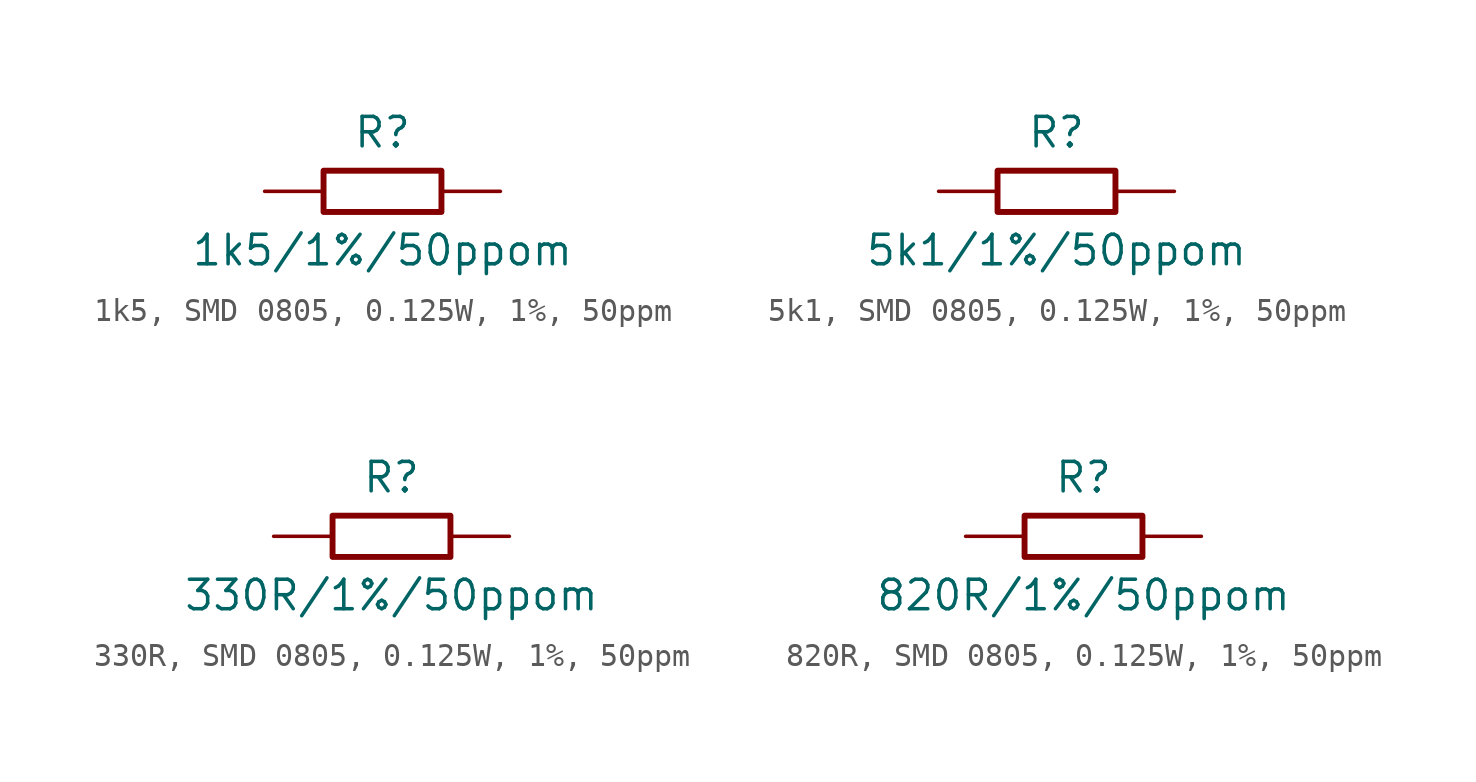
<source format=kicad_sym>
(kicad_symbol_lib
  (version 20241209)
  (generator "kicad_symbol_editor")
  (generator_version "9.0")
  (symbol "1k5, SMD 0805, 0.125W, 1%, 50ppm"
    (pin_numbers
      (hide yes))
    (pin_names
      (offset 0)
      (hide yes))
    (property "Reference" "R"
      (at 0 2.54 0)
      (effects (font (size 1.27 1.27))))
    (property "Value" "1k5/1%/50ppom"
      (at 0 -2.54 0)
      (effects (font (size 1.27 1.27))))
    (symbol "1k5, SMD 0805, 0.125W, 1%, 50ppm_0_1"
      (rectangle (start -2.54 0.889) (end 2.54 -0.889) (stroke (width 0.254) (type default)) (fill (type none))))
    (symbol "1k5, SMD 0805, 0.125W, 1%, 50ppm_1_1"
      (pin passive line (at -5.08 0 0) (length 2.54) (name "1" (effects (font (size 1.27 1.27)))) (number "1" (effects (font (size 1.27 1.27)))))
      (pin passive line (at 5.08 0 180) (length 2.54) (name "2" (effects (font (size 1.27 1.27)))) (number "2" (effects (font (size 1.27 1.27)))))))
  (symbol "5k1, SMD 0805, 0.125W, 1%, 50ppm"
    (pin_numbers
      (hide yes))
    (pin_names
      (offset 0)
      (hide yes))
    (property "Reference" "R"
      (at 0 2.54 0)
      (effects (font (size 1.27 1.27))))
    (property "Value" "5k1/1%/50ppom"
      (at 0 -2.54 0)
      (effects (font (size 1.27 1.27))))
    (symbol "5k1, SMD 0805, 0.125W, 1%, 50ppm_0_1"
      (rectangle (start -2.54 0.889) (end 2.54 -0.889) (stroke (width 0.254) (type default)) (fill (type none))))
    (symbol "5k1, SMD 0805, 0.125W, 1%, 50ppm_1_1"
      (pin passive line (at -5.08 0 0) (length 2.54) (name "1" (effects (font (size 1.27 1.27)))) (number "1" (effects (font (size 1.27 1.27)))))
      (pin passive line (at 5.08 0 180) (length 2.54) (name "2" (effects (font (size 1.27 1.27)))) (number "2" (effects (font (size 1.27 1.27)))))))
  (symbol "330R, SMD 0805, 0.125W, 1%, 50ppm"
    (pin_numbers
      (hide yes))
    (pin_names
      (offset 0)
      (hide yes))
    (property "Reference" "R"
      (at 0 2.54 0)
      (effects (font (size 1.27 1.27))))
    (property "Value" "330R/1%/50ppom"
      (at 0 -2.54 0)
      (effects (font (size 1.27 1.27))))
    (symbol "330R, SMD 0805, 0.125W, 1%, 50ppm_0_1"
      (rectangle (start -2.54 0.889) (end 2.54 -0.889) (stroke (width 0.254) (type default)) (fill (type none))))
    (symbol "330R, SMD 0805, 0.125W, 1%, 50ppm_1_1"
      (pin passive line (at -5.08 0 0) (length 2.54) (name "1" (effects (font (size 1.27 1.27)))) (number "1" (effects (font (size 1.27 1.27)))))
      (pin passive line (at 5.08 0 180) (length 2.54) (name "2" (effects (font (size 1.27 1.27)))) (number "2" (effects (font (size 1.27 1.27)))))))
  (symbol "820R, SMD 0805, 0.125W, 1%, 50ppm"
    (pin_numbers
      (hide yes))
    (pin_names
      (offset 0)
      (hide yes))
    (property "Reference" "R"
      (at 0 2.54 0)
      (effects (font (size 1.27 1.27))))
    (property "Value" "820R/1%/50ppom"
      (at 0 -2.54 0)
      (effects (font (size 1.27 1.27))))
    (symbol "820R, SMD 0805, 0.125W, 1%, 50ppm_0_1"
      (rectangle (start -2.54 0.889) (end 2.54 -0.889) (stroke (width 0.254) (type default)) (fill (type none))))
    (symbol "820R, SMD 0805, 0.125W, 1%, 50ppm_1_1"
      (pin passive line (at -5.08 0 0) (length 2.54) (name "1" (effects (font (size 1.27 1.27)))) (number "1" (effects (font (size 1.27 1.27)))))
      (pin passive line (at 5.08 0 180) (length 2.54) (name "2" (effects (font (size 1.27 1.27)))) (number "2" (effects (font (size 1.27 1.27))))))))
</source>
